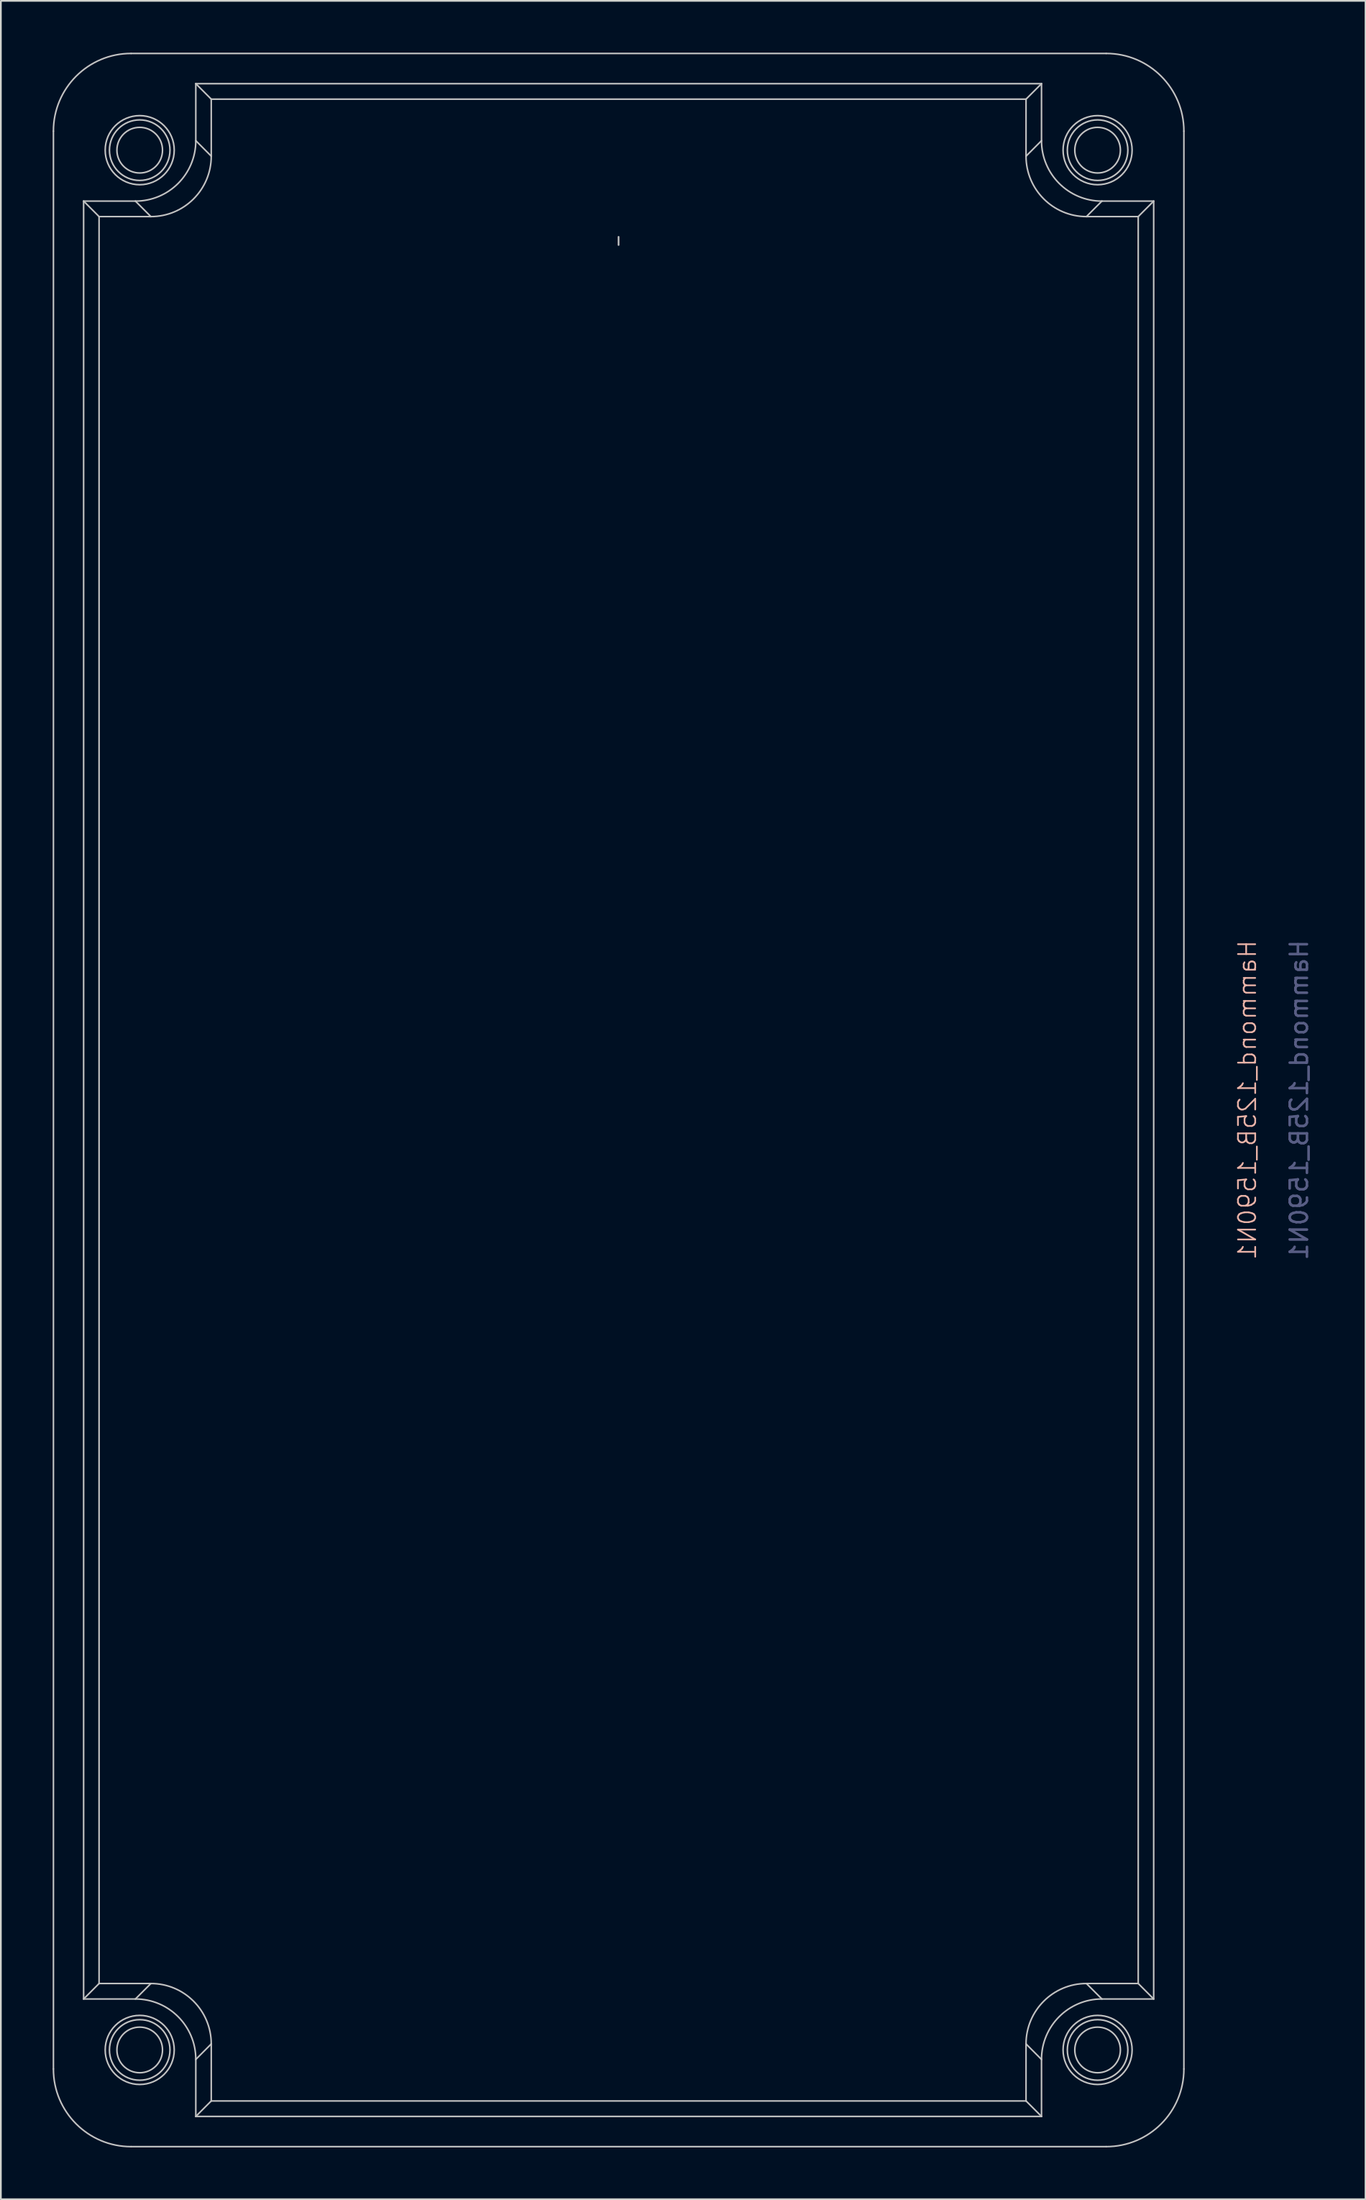
<source format=kicad_pcb>
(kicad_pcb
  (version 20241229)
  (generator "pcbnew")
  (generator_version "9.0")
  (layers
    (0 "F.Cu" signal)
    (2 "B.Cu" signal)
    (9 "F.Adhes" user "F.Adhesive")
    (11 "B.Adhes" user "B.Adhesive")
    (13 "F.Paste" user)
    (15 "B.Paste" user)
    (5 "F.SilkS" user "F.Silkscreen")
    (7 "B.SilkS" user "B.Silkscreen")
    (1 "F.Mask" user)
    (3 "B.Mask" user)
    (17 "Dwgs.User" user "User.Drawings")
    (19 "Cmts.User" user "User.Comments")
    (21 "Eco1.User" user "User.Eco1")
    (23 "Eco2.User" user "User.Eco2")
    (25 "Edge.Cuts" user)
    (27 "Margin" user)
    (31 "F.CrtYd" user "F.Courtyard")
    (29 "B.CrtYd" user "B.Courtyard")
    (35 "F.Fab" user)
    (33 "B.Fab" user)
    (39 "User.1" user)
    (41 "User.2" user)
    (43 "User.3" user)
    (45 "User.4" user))
  (footprint "Hammond_125B_1590N1"
    (layer "F.Cu")
    (at 32.8 60.645)
    (property "Reference" "Hammond_125B_1590N1" (at 36.42 0 90) (unlocked yes) (layer "B.SilkS") (effects (font (size 1 1) (thickness 0.1)) (justify mirror)))
    (fp_line (start -32.755 56.102) (end -32.755 -56.102) (stroke (width 0.09) (type solid)) (layer "Dwgs.User"))
    (fp_line (start -31.005 -52.05) (end -28.004 -52.05) (stroke (width 0.09) (type solid)) (layer "Dwgs.User"))
    (fp_line (start -31.005 52.05) (end -31.005 -52.05) (stroke (width 0.09) (type solid)) (layer "Dwgs.User"))
    (fp_line (start -30.11 -51.154) (end -31.005 -52.05) (stroke (width 0.09) (type solid)) (layer "Dwgs.User"))
    (fp_line (start -30.11 -51.154) (end -30.11 51.154) (stroke (width 0.09) (type solid)) (layer "Dwgs.User"))
    (fp_line (start -30.11 51.154) (end -31.005 52.05) (stroke (width 0.09) (type solid)) (layer "Dwgs.User"))
    (fp_line (start -30.11 51.154) (end -27.108 51.154) (stroke (width 0.09) (type solid)) (layer "Dwgs.User"))
    (fp_line (start -28.257 -60.6) (end 28.246 -60.6) (stroke (width 0.09) (type solid)) (layer "Dwgs.User"))
    (fp_line (start -28.004 -52.05) (end -27.108 -51.154) (stroke (width 0.09) (type solid)) (layer "Dwgs.User"))
    (fp_line (start -28.004 52.05) (end -31.005 52.05) (stroke (width 0.09) (type solid)) (layer "Dwgs.User"))
    (fp_line (start -27.108 -51.154) (end -30.11 -51.154) (stroke (width 0.09) (type solid)) (layer "Dwgs.User"))
    (fp_line (start -27.108 51.154) (end -28.004 52.05) (stroke (width 0.09) (type solid)) (layer "Dwgs.User"))
    (fp_line (start -24.505 -58.85) (end 24.495 -58.85) (stroke (width 0.09) (type solid)) (layer "Dwgs.User"))
    (fp_line (start -24.505 -55.549) (end -24.505 -58.85) (stroke (width 0.09) (type solid)) (layer "Dwgs.User"))
    (fp_line (start -24.505 55.549) (end -23.61 54.653) (stroke (width 0.09) (type solid)) (layer "Dwgs.User"))
    (fp_line (start -24.505 58.85) (end -24.505 55.549) (stroke (width 0.09) (type solid)) (layer "Dwgs.User"))
    (fp_line (start -23.61 -57.954) (end -24.505 -58.85) (stroke (width 0.09) (type solid)) (layer "Dwgs.User"))
    (fp_line (start -23.61 -57.954) (end -23.61 -54.653) (stroke (width 0.09) (type solid)) (layer "Dwgs.User"))
    (fp_line (start -23.61 -54.653) (end -24.505 -55.549) (stroke (width 0.09) (type solid)) (layer "Dwgs.User"))
    (fp_line (start -23.61 54.653) (end -23.61 57.954) (stroke (width 0.09) (type solid)) (layer "Dwgs.User"))
    (fp_line (start -23.61 57.954) (end -24.505 58.85) (stroke (width 0.09) (type solid)) (layer "Dwgs.User"))
    (fp_line (start -23.61 57.954) (end 23.599 57.954) (stroke (width 0.09) (type solid)) (layer "Dwgs.User"))
    (fp_line (start -0.01 -49.51) (end -0.01 -49.98) (stroke (width 0.1) (type default)) (layer "Dwgs.User"))
    (fp_line (start 23.599 -57.954) (end -23.61 -57.954) (stroke (width 0.09) (type solid)) (layer "Dwgs.User"))
    (fp_line (start 23.599 -57.954) (end 24.495 -58.85) (stroke (width 0.09) (type solid)) (layer "Dwgs.User"))
    (fp_line (start 23.599 -54.653) (end 23.599 -57.954) (stroke (width 0.09) (type solid)) (layer "Dwgs.User"))
    (fp_line (start 23.599 54.653) (end 24.495 55.549) (stroke (width 0.09) (type solid)) (layer "Dwgs.User"))
    (fp_line (start 23.599 57.954) (end 23.599 54.653) (stroke (width 0.09) (type solid)) (layer "Dwgs.User"))
    (fp_line (start 23.599 57.954) (end 24.495 58.85) (stroke (width 0.09) (type solid)) (layer "Dwgs.User"))
    (fp_line (start 24.495 -58.85) (end 24.495 -55.549) (stroke (width 0.09) (type solid)) (layer "Dwgs.User"))
    (fp_line (start 24.495 -55.549) (end 23.599 -54.653) (stroke (width 0.09) (type solid)) (layer "Dwgs.User"))
    (fp_line (start 24.495 55.549) (end 24.495 58.85) (stroke (width 0.09) (type solid)) (layer "Dwgs.User"))
    (fp_line (start 24.495 58.85) (end -24.505 58.85) (stroke (width 0.09) (type solid)) (layer "Dwgs.User"))
    (fp_line (start 27.098 -51.154) (end 27.994 -52.05) (stroke (width 0.09) (type solid)) (layer "Dwgs.User"))
    (fp_line (start 27.098 51.154) (end 30.099 51.154) (stroke (width 0.09) (type solid)) (layer "Dwgs.User"))
    (fp_line (start 27.994 -52.05) (end 30.995 -52.05) (stroke (width 0.09) (type solid)) (layer "Dwgs.User"))
    (fp_line (start 27.994 52.05) (end 27.098 51.154) (stroke (width 0.09) (type solid)) (layer "Dwgs.User"))
    (fp_line (start 28.246 60.6) (end -28.257 60.6) (stroke (width 0.09) (type solid)) (layer "Dwgs.User"))
    (fp_line (start 30.099 -51.154) (end 27.098 -51.154) (stroke (width 0.09) (type solid)) (layer "Dwgs.User"))
    (fp_line (start 30.099 -51.154) (end 30.995 -52.05) (stroke (width 0.09) (type solid)) (layer "Dwgs.User"))
    (fp_line (start 30.099 51.154) (end 30.099 -51.154) (stroke (width 0.09) (type solid)) (layer "Dwgs.User"))
    (fp_line (start 30.099 51.154) (end 30.995 52.05) (stroke (width 0.09) (type solid)) (layer "Dwgs.User"))
    (fp_line (start 30.995 -52.05) (end 30.995 52.05) (stroke (width 0.09) (type solid)) (layer "Dwgs.User"))
    (fp_line (start 30.995 52.05) (end 27.994 52.05) (stroke (width 0.09) (type solid)) (layer "Dwgs.User"))
    (fp_line (start 32.745 -56.102) (end 32.745 56.102) (stroke (width 0.09) (type solid)) (layer "Dwgs.User"))
    (fp_circle (center -27.755 -55) (end -27.755 -53.679) (stroke (width 0.09) (type solid)) (fill no) (layer "Dwgs.User"))
    (fp_circle (center -27.755 -55) (end -27.755 -53.247) (stroke (width 0.09) (type solid)) (fill no) (layer "Dwgs.User"))
    (fp_circle (center -27.755 -55) (end -27.755 -53) (stroke (width 0.09) (type solid)) (fill no) (layer "Dwgs.User"))
    (fp_circle (center -27.755 55) (end -27.755 56.321) (stroke (width 0.09) (type solid)) (fill no) (layer "Dwgs.User"))
    (fp_circle (center -27.755 55) (end -27.755 56.753) (stroke (width 0.09) (type solid)) (fill no) (layer "Dwgs.User"))
    (fp_circle (center -27.755 55) (end -27.755 57) (stroke (width 0.09) (type solid)) (fill no) (layer "Dwgs.User"))
    (fp_circle (center 27.745 -55) (end 27.745 -53.679) (stroke (width 0.09) (type solid)) (fill no) (layer "Dwgs.User"))
    (fp_circle (center 27.745 -55) (end 27.745 -53.247) (stroke (width 0.09) (type solid)) (fill no) (layer "Dwgs.User"))
    (fp_circle (center 27.745 -55) (end 27.745 -53) (stroke (width 0.09) (type solid)) (fill no) (layer "Dwgs.User"))
    (fp_circle (center 27.745 55) (end 27.745 56.321) (stroke (width 0.09) (type solid)) (fill no) (layer "Dwgs.User"))
    (fp_circle (center 27.745 55) (end 27.745 56.753) (stroke (width 0.09) (type solid)) (fill no) (layer "Dwgs.User"))
    (fp_circle (center 27.745 55) (end 27.745 57) (stroke (width 0.09) (type solid)) (fill no) (layer "Dwgs.User"))
    (fp_curve (pts (xy -32.755 -56.102) (xy -32.755 -58.586) (xy -30.742 -60.6) (xy -28.257 -60.6)) (stroke (width 0.09) (type solid)) (layer "Dwgs.User"))
    (fp_curve (pts (xy -28.257 60.6) (xy -30.742 60.6) (xy -32.755 58.586) (xy -32.755 56.102)) (stroke (width 0.09) (type solid)) (layer "Dwgs.User"))
    (fp_curve (pts (xy -28.004 52.05) (xy -26.071 52.05) (xy -24.505 53.616) (xy -24.505 55.549)) (stroke (width 0.09) (type solid)) (layer "Dwgs.User"))
    (fp_curve (pts (xy -27.108 51.154) (xy -25.176 51.154) (xy -23.61 52.721) (xy -23.61 54.653)) (stroke (width 0.09) (type solid)) (layer "Dwgs.User"))
    (fp_curve (pts (xy -24.505 -55.549) (xy -24.505 -53.616) (xy -26.071 -52.05) (xy -28.004 -52.05)) (stroke (width 0.09) (type solid)) (layer "Dwgs.User"))
    (fp_curve (pts (xy -23.61 -54.653) (xy -23.61 -52.721) (xy -25.176 -51.154) (xy -27.108 -51.154)) (stroke (width 0.09) (type solid)) (layer "Dwgs.User"))
    (fp_curve (pts (xy 23.599 54.653) (xy 23.599 52.721) (xy 25.165 51.154) (xy 27.098 51.154)) (stroke (width 0.09) (type solid)) (layer "Dwgs.User"))
    (fp_curve (pts (xy 24.495 55.549) (xy 24.495 53.616) (xy 26.061 52.05) (xy 27.994 52.05)) (stroke (width 0.09) (type solid)) (layer "Dwgs.User"))
    (fp_curve (pts (xy 27.098 -51.154) (xy 25.165 -51.154) (xy 23.599 -52.721) (xy 23.599 -54.653)) (stroke (width 0.09) (type solid)) (layer "Dwgs.User"))
    (fp_curve (pts (xy 27.994 -52.05) (xy 26.061 -52.05) (xy 24.495 -53.616) (xy 24.495 -55.549)) (stroke (width 0.09) (type solid)) (layer "Dwgs.User"))
    (fp_curve (pts (xy 28.246 -60.6) (xy 30.731 -60.6) (xy 32.745 -58.586) (xy 32.745 -56.102)) (stroke (width 0.09) (type solid)) (layer "Dwgs.User"))
    (fp_curve (pts (xy 32.745 56.102) (xy 32.745 58.586) (xy 30.731 60.6) (xy 28.246 60.6)) (stroke (width 0.09) (type solid)) (layer "Dwgs.User"))
    (fp_text user "${REFERENCE}" (at 39.42 0 90) (unlocked yes) (layer "B.Fab") (effects (font (size 1 1) (thickness 0.15)) (justify mirror))))
  (gr_rect
    (start -3 -3)
    (end 76.068 124.29)
    (stroke (width 0.1) (type default))
    (fill no)
    (layer "Edge.Cuts")))
</source>
